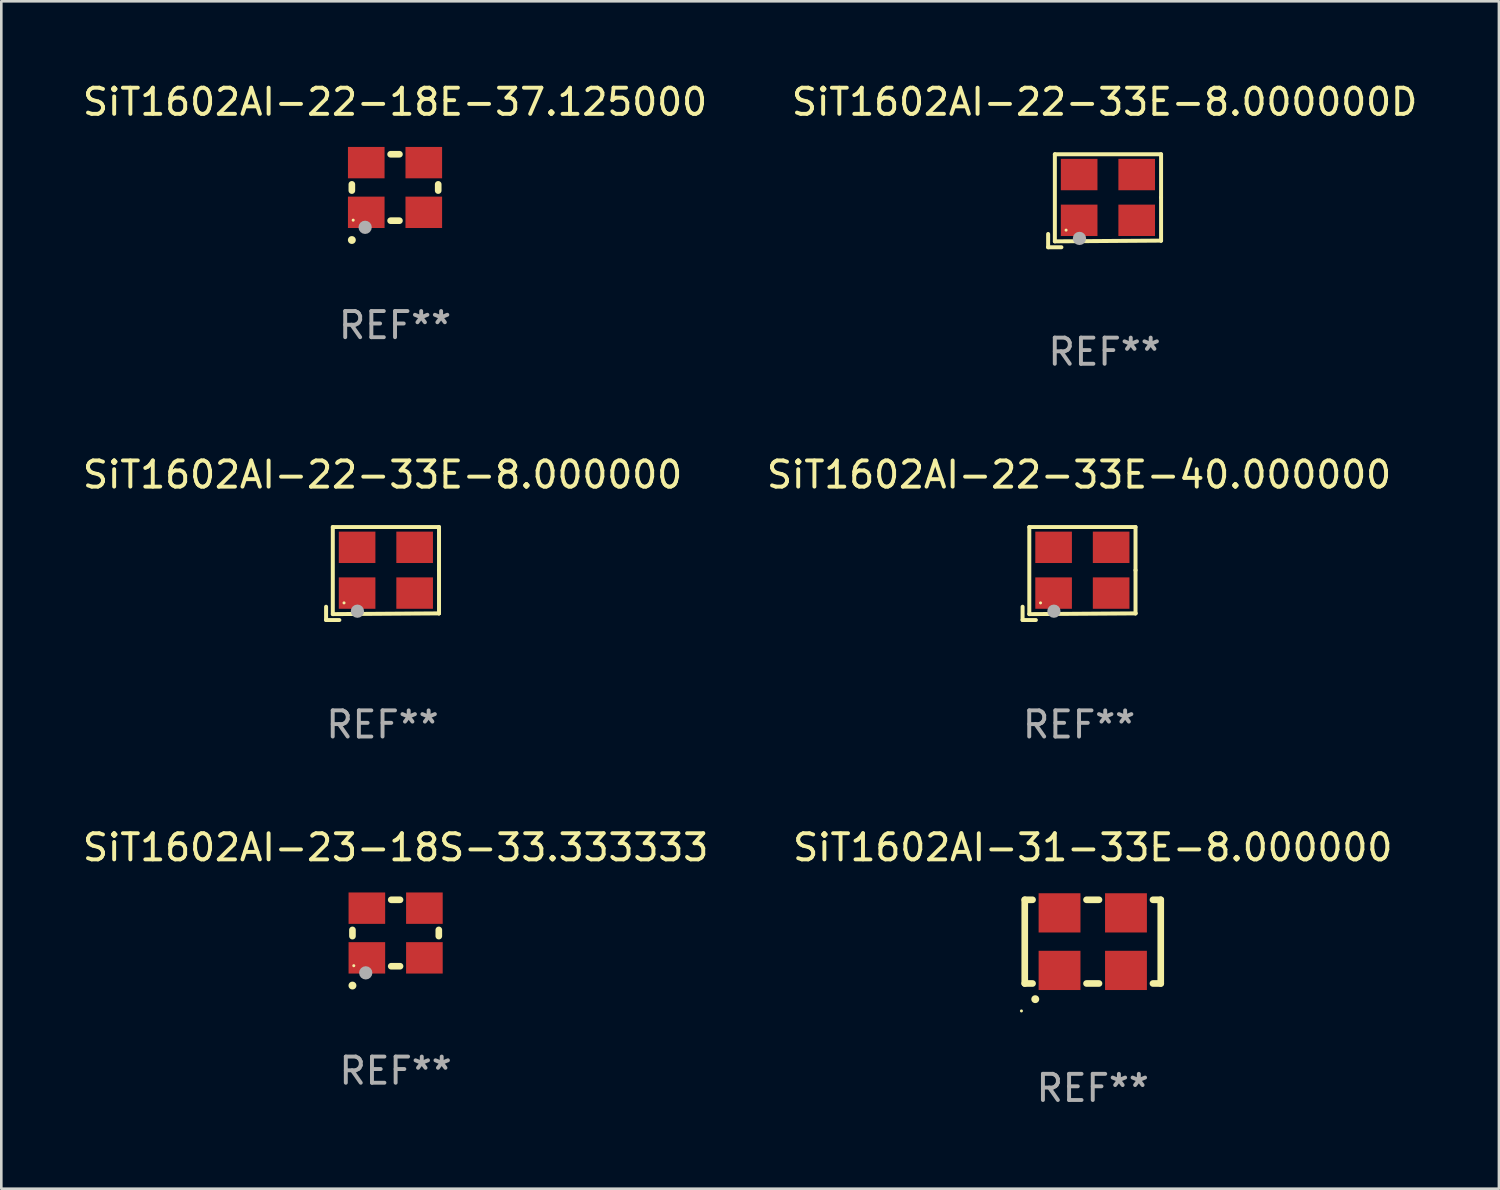
<source format=kicad_pcb>
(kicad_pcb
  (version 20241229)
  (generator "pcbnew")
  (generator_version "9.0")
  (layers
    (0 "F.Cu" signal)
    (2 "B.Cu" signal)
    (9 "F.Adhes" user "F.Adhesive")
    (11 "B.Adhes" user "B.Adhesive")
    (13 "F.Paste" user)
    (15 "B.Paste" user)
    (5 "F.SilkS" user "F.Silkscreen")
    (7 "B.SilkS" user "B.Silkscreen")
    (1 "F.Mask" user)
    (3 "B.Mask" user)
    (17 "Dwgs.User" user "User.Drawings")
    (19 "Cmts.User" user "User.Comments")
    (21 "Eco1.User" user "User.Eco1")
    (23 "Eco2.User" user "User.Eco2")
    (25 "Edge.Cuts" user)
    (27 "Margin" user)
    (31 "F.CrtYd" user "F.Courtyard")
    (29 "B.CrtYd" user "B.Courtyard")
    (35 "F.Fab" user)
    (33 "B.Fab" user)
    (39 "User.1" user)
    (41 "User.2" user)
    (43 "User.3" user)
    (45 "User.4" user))
  (footprint "SiT1602AI-22-33E-8.000000D"
    (layer "F.Cu")
    (at 39.185 4.626)
    (property "Reference" "SiT1602AI-22-33E-8.000000D" (at 0 -3.778 0) (layer "F.SilkS") (effects (font (size 1 1) (thickness 0.15))))
    (attr through_hole)
    (fp_line (start -2.159 1.27) (end -2.159 1.778) (stroke (width 0.152) (type solid)) (layer "F.SilkS"))
    (fp_line (start -2.159 1.778) (end -1.651 1.778) (stroke (width 0.152) (type solid)) (layer "F.SilkS"))
    (fp_line (start -1.902 -1.778) (end 2.159 -1.778) (stroke (width 0.152) (type solid)) (layer "F.SilkS"))
    (fp_line (start -1.902 1.552) (end -1.902 -1.778) (stroke (width 0.152) (type solid)) (layer "F.SilkS"))
    (fp_line (start 2.159 -1.778) (end 2.159 -0.127) (stroke (width 0.152) (type solid)) (layer "F.SilkS"))
    (fp_line (start 2.159 -0.127) (end 2.159 1.524) (stroke (width 0.152) (type solid)) (layer "F.SilkS"))
    (fp_line (start 2.159 1.524) (end -1.902 1.552) (stroke (width 0.152) (type solid)) (layer "F.SilkS"))
    (fp_line (start 2.159 1.524) (end 2.159 1.524) (stroke (width 0.152) (type solid)) (layer "F.SilkS"))
    (fp_circle (center -1.473 1.123) (end -1.443 1.123) (stroke (width 0.06) (type solid)) (fill no) (layer "F.SilkS"))
    (fp_circle (center -0.961 1.44) (end -0.834 1.44) (stroke (width 0.254) (type solid)) (fill no) (layer "F.Fab"))
    (fp_text user "REF**" (at 0 5.778 0) (layer "F.Fab") (effects (font (size 1 1) (thickness 0.15))))
    (pad "1" smd rect (at -0.973 0.748) (size 1.4 1.2) (layers "F.Cu" "F.Mask" "F.Paste"))
    (pad "2" smd rect (at 1.227 0.748) (size 1.4 1.2) (layers "F.Cu" "F.Mask" "F.Paste"))
    (pad "3" smd rect (at 1.227 -1.002) (size 1.4 1.2) (layers "F.Cu" "F.Mask" "F.Paste"))
    (pad "4" smd rect (at -0.973 -1.002) (size 1.4 1.2) (layers "F.Cu" "F.Mask" "F.Paste")))
  (footprint "SiT1602AI-22-33E-8.000000"
    (layer "F.Cu")
    (at 11.577 18.879)
    (property "Reference" "SiT1602AI-22-33E-8.000000" (at 0 -3.778 0) (layer "F.SilkS") (effects (font (size 1 1) (thickness 0.15))))
    (attr through_hole)
    (fp_line (start -2.159 1.27) (end -2.159 1.778) (stroke (width 0.152) (type solid)) (layer "F.SilkS"))
    (fp_line (start -2.159 1.778) (end -1.651 1.778) (stroke (width 0.152) (type solid)) (layer "F.SilkS"))
    (fp_line (start -1.902 -1.778) (end 2.159 -1.778) (stroke (width 0.152) (type solid)) (layer "F.SilkS"))
    (fp_line (start -1.902 1.552) (end -1.902 -1.778) (stroke (width 0.152) (type solid)) (layer "F.SilkS"))
    (fp_line (start 2.159 -1.778) (end 2.159 -0.127) (stroke (width 0.152) (type solid)) (layer "F.SilkS"))
    (fp_line (start 2.159 -0.127) (end 2.159 1.524) (stroke (width 0.152) (type solid)) (layer "F.SilkS"))
    (fp_line (start 2.159 1.524) (end -1.902 1.552) (stroke (width 0.152) (type solid)) (layer "F.SilkS"))
    (fp_line (start 2.159 1.524) (end 2.159 1.524) (stroke (width 0.152) (type solid)) (layer "F.SilkS"))
    (fp_circle (center -1.473 1.123) (end -1.443 1.123) (stroke (width 0.06) (type solid)) (fill no) (layer "F.SilkS"))
    (fp_circle (center -0.961 1.44) (end -0.834 1.44) (stroke (width 0.254) (type solid)) (fill no) (layer "F.Fab"))
    (fp_text user "REF**" (at 0 5.778 0) (layer "F.Fab") (effects (font (size 1 1) (thickness 0.15))))
    (pad "1" smd rect (at -0.973 0.748) (size 1.4 1.2) (layers "F.Cu" "F.Mask" "F.Paste"))
    (pad "2" smd rect (at 1.227 0.748) (size 1.4 1.2) (layers "F.Cu" "F.Mask" "F.Paste"))
    (pad "3" smd rect (at 1.227 -1.002) (size 1.4 1.2) (layers "F.Cu" "F.Mask" "F.Paste"))
    (pad "4" smd rect (at -0.973 -1.002) (size 1.4 1.2) (layers "F.Cu" "F.Mask" "F.Paste")))
  (footprint "SiT1602AI-22-18E-37.125000"
    (layer "F.Cu")
    (at 12.054 4.118)
    (property "Reference" "SiT1602AI-22-18E-37.125000" (at 0 -3.27 0) (layer "F.SilkS") (effects (font (size 1 1) (thickness 0.15))))
    (attr through_hole)
    (fp_line (start -1.651 -0.119) (end -1.651 0.119) (stroke (width 0.254) (type solid)) (layer "F.SilkS"))
    (fp_line (start -0.169 -1.27) (end 0.169 -1.27) (stroke (width 0.254) (type solid)) (layer "F.SilkS"))
    (fp_line (start -0.169 1.27) (end 0.169 1.27) (stroke (width 0.254) (type solid)) (layer "F.SilkS"))
    (fp_line (start 1.651 -0.119) (end 1.651 0.119) (stroke (width 0.254) (type solid)) (layer "F.SilkS"))
    (fp_arc (start -1.652273 2.008992) (mid -1.651003 2.008987) (end -1.649733 2.008992) (stroke (width 0.3) (type solid)) (layer "F.SilkS"))
    (fp_circle (center -1.6 1.25) (end -1.57 1.25) (stroke (width 0.06) (type solid)) (fill no) (layer "F.SilkS"))
    (fp_circle (center -1.143 1.524) (end -1.016 1.524) (stroke (width 0.254) (type solid)) (fill no) (layer "F.Fab"))
    (fp_text user "REF**" (at 0 5.27 0) (layer "F.Fab") (effects (font (size 1 1) (thickness 0.15))))
    (pad "1" smd rect (at -1.1 0.95) (size 1.4 1.2) (layers "F.Cu" "F.Mask" "F.Paste"))
    (pad "2" smd rect (at 1.1 0.95) (size 1.4 1.2) (layers "F.Cu" "F.Mask" "F.Paste"))
    (pad "3" smd rect (at 1.1 -0.95) (size 1.4 1.2) (layers "F.Cu" "F.Mask" "F.Paste"))
    (pad "4" smd rect (at -1.1 -0.95) (size 1.4 1.2) (layers "F.Cu" "F.Mask" "F.Paste")))
  (footprint "SiT1602AI-31-33E-8.000000"
    (layer "F.Cu")
    (at 38.732 32.954)
    (property "Reference" "SiT1602AI-31-33E-8.000000" (at 0 -3.6 0) (layer "F.SilkS") (effects (font (size 1 1) (thickness 0.15))))
    (attr through_hole)
    (fp_line (start -2.6 -1.6) (end -2.301 -1.6) (stroke (width 0.254) (type solid)) (layer "F.SilkS"))
    (fp_line (start -2.6 1.6) (end -2.6 -1.6) (stroke (width 0.254) (type solid)) (layer "F.SilkS"))
    (fp_line (start -2.301 1.6) (end -2.6 1.6) (stroke (width 0.254) (type solid)) (layer "F.SilkS"))
    (fp_line (start -0.239 -1.6) (end 0.239 -1.6) (stroke (width 0.254) (type solid)) (layer "F.SilkS"))
    (fp_line (start 0.239 1.6) (end -0.239 1.6) (stroke (width 0.254) (type solid)) (layer "F.SilkS"))
    (fp_line (start 2.301 -1.6) (end 2.6 -1.6) (stroke (width 0.254) (type solid)) (layer "F.SilkS"))
    (fp_line (start 2.6 -1.6) (end 2.6 1.6) (stroke (width 0.254) (type solid)) (layer "F.SilkS"))
    (fp_line (start 2.6 1.6) (end 2.301 1.6) (stroke (width 0.254) (type solid)) (layer "F.SilkS"))
    (fp_arc (start -2.2 2.2) (mid -2.19873 2.199995) (end -2.19746 2.2) (stroke (width 0.3) (type solid)) (layer "F.SilkS"))
    (fp_circle (center -2.727 2.65) (end -2.697 2.65) (stroke (width 0.06) (type solid)) (fill no) (layer "F.SilkS"))
    (fp_text user "REF**" (at 0 5.6 0) (layer "F.Fab") (effects (font (size 1 1) (thickness 0.15))))
    (pad "1" smd rect (at -1.27 1.1) (size 1.6 1.5) (layers "F.Cu" "F.Mask" "F.Paste"))
    (pad "2" smd rect (at 1.27 1.1) (size 1.6 1.5) (layers "F.Cu" "F.Mask" "F.Paste"))
    (pad "3" smd rect (at 1.27 -1.1) (size 1.6 1.5) (layers "F.Cu" "F.Mask" "F.Paste"))
    (pad "4" smd rect (at -1.27 -1.1) (size 1.6 1.5) (layers "F.Cu" "F.Mask" "F.Paste")))
  (footprint "SiT1602AI-23-18S-33.333333"
    (layer "F.Cu")
    (at 12.077 32.624)
    (property "Reference" "SiT1602AI-23-18S-33.333333" (at 0 -3.27 0) (layer "F.SilkS") (effects (font (size 1 1) (thickness 0.15))))
    (attr through_hole)
    (fp_line (start -1.651 -0.119) (end -1.651 0.119) (stroke (width 0.254) (type solid)) (layer "F.SilkS"))
    (fp_line (start -0.169 -1.27) (end 0.169 -1.27) (stroke (width 0.254) (type solid)) (layer "F.SilkS"))
    (fp_line (start -0.169 1.27) (end 0.169 1.27) (stroke (width 0.254) (type solid)) (layer "F.SilkS"))
    (fp_line (start 1.651 -0.119) (end 1.651 0.119) (stroke (width 0.254) (type solid)) (layer "F.SilkS"))
    (fp_arc (start -1.652273 2.008992) (mid -1.651003 2.008987) (end -1.649733 2.008992) (stroke (width 0.3) (type solid)) (layer "F.SilkS"))
    (fp_circle (center -1.6 1.25) (end -1.57 1.25) (stroke (width 0.06) (type solid)) (fill no) (layer "F.SilkS"))
    (fp_circle (center -1.143 1.524) (end -1.016 1.524) (stroke (width 0.254) (type solid)) (fill no) (layer "F.Fab"))
    (fp_text user "REF**" (at 0 5.27 0) (layer "F.Fab") (effects (font (size 1 1) (thickness 0.15))))
    (pad "1" smd rect (at -1.1 0.95) (size 1.4 1.2) (layers "F.Cu" "F.Mask" "F.Paste"))
    (pad "2" smd rect (at 1.1 0.95) (size 1.4 1.2) (layers "F.Cu" "F.Mask" "F.Paste"))
    (pad "3" smd rect (at 1.1 -0.95) (size 1.4 1.2) (layers "F.Cu" "F.Mask" "F.Paste"))
    (pad "4" smd rect (at -1.1 -0.95) (size 1.4 1.2) (layers "F.Cu" "F.Mask" "F.Paste")))
  (footprint "SiT1602AI-22-33E-40.000000"
    (layer "F.Cu")
    (at 38.208 18.879)
    (property "Reference" "SiT1602AI-22-33E-40.000000" (at 0 -3.778 0) (layer "F.SilkS") (effects (font (size 1 1) (thickness 0.15))))
    (attr through_hole)
    (fp_line (start -2.159 1.27) (end -2.159 1.778) (stroke (width 0.152) (type solid)) (layer "F.SilkS"))
    (fp_line (start -2.159 1.778) (end -1.651 1.778) (stroke (width 0.152) (type solid)) (layer "F.SilkS"))
    (fp_line (start -1.902 -1.778) (end 2.159 -1.778) (stroke (width 0.152) (type solid)) (layer "F.SilkS"))
    (fp_line (start -1.902 1.552) (end -1.902 -1.778) (stroke (width 0.152) (type solid)) (layer "F.SilkS"))
    (fp_line (start 2.159 -1.778) (end 2.159 -0.127) (stroke (width 0.152) (type solid)) (layer "F.SilkS"))
    (fp_line (start 2.159 -0.127) (end 2.159 1.524) (stroke (width 0.152) (type solid)) (layer "F.SilkS"))
    (fp_line (start 2.159 1.524) (end -1.902 1.552) (stroke (width 0.152) (type solid)) (layer "F.SilkS"))
    (fp_line (start 2.159 1.524) (end 2.159 1.524) (stroke (width 0.152) (type solid)) (layer "F.SilkS"))
    (fp_circle (center -1.473 1.123) (end -1.443 1.123) (stroke (width 0.06) (type solid)) (fill no) (layer "F.SilkS"))
    (fp_circle (center -0.961 1.44) (end -0.834 1.44) (stroke (width 0.254) (type solid)) (fill no) (layer "F.Fab"))
    (fp_text user "REF**" (at 0 5.778 0) (layer "F.Fab") (effects (font (size 1 1) (thickness 0.15))))
    (pad "1" smd rect (at -0.973 0.748) (size 1.4 1.2) (layers "F.Cu" "F.Mask" "F.Paste"))
    (pad "2" smd rect (at 1.227 0.748) (size 1.4 1.2) (layers "F.Cu" "F.Mask" "F.Paste"))
    (pad "3" smd rect (at 1.227 -1.002) (size 1.4 1.2) (layers "F.Cu" "F.Mask" "F.Paste"))
    (pad "4" smd rect (at -0.973 -1.002) (size 1.4 1.2) (layers "F.Cu" "F.Mask" "F.Paste")))
  (gr_rect
    (start -3 -3)
    (end 54.262 42.402)
    (stroke (width 0.1) (type default))
    (fill no)
    (layer "Edge.Cuts")))
</source>
